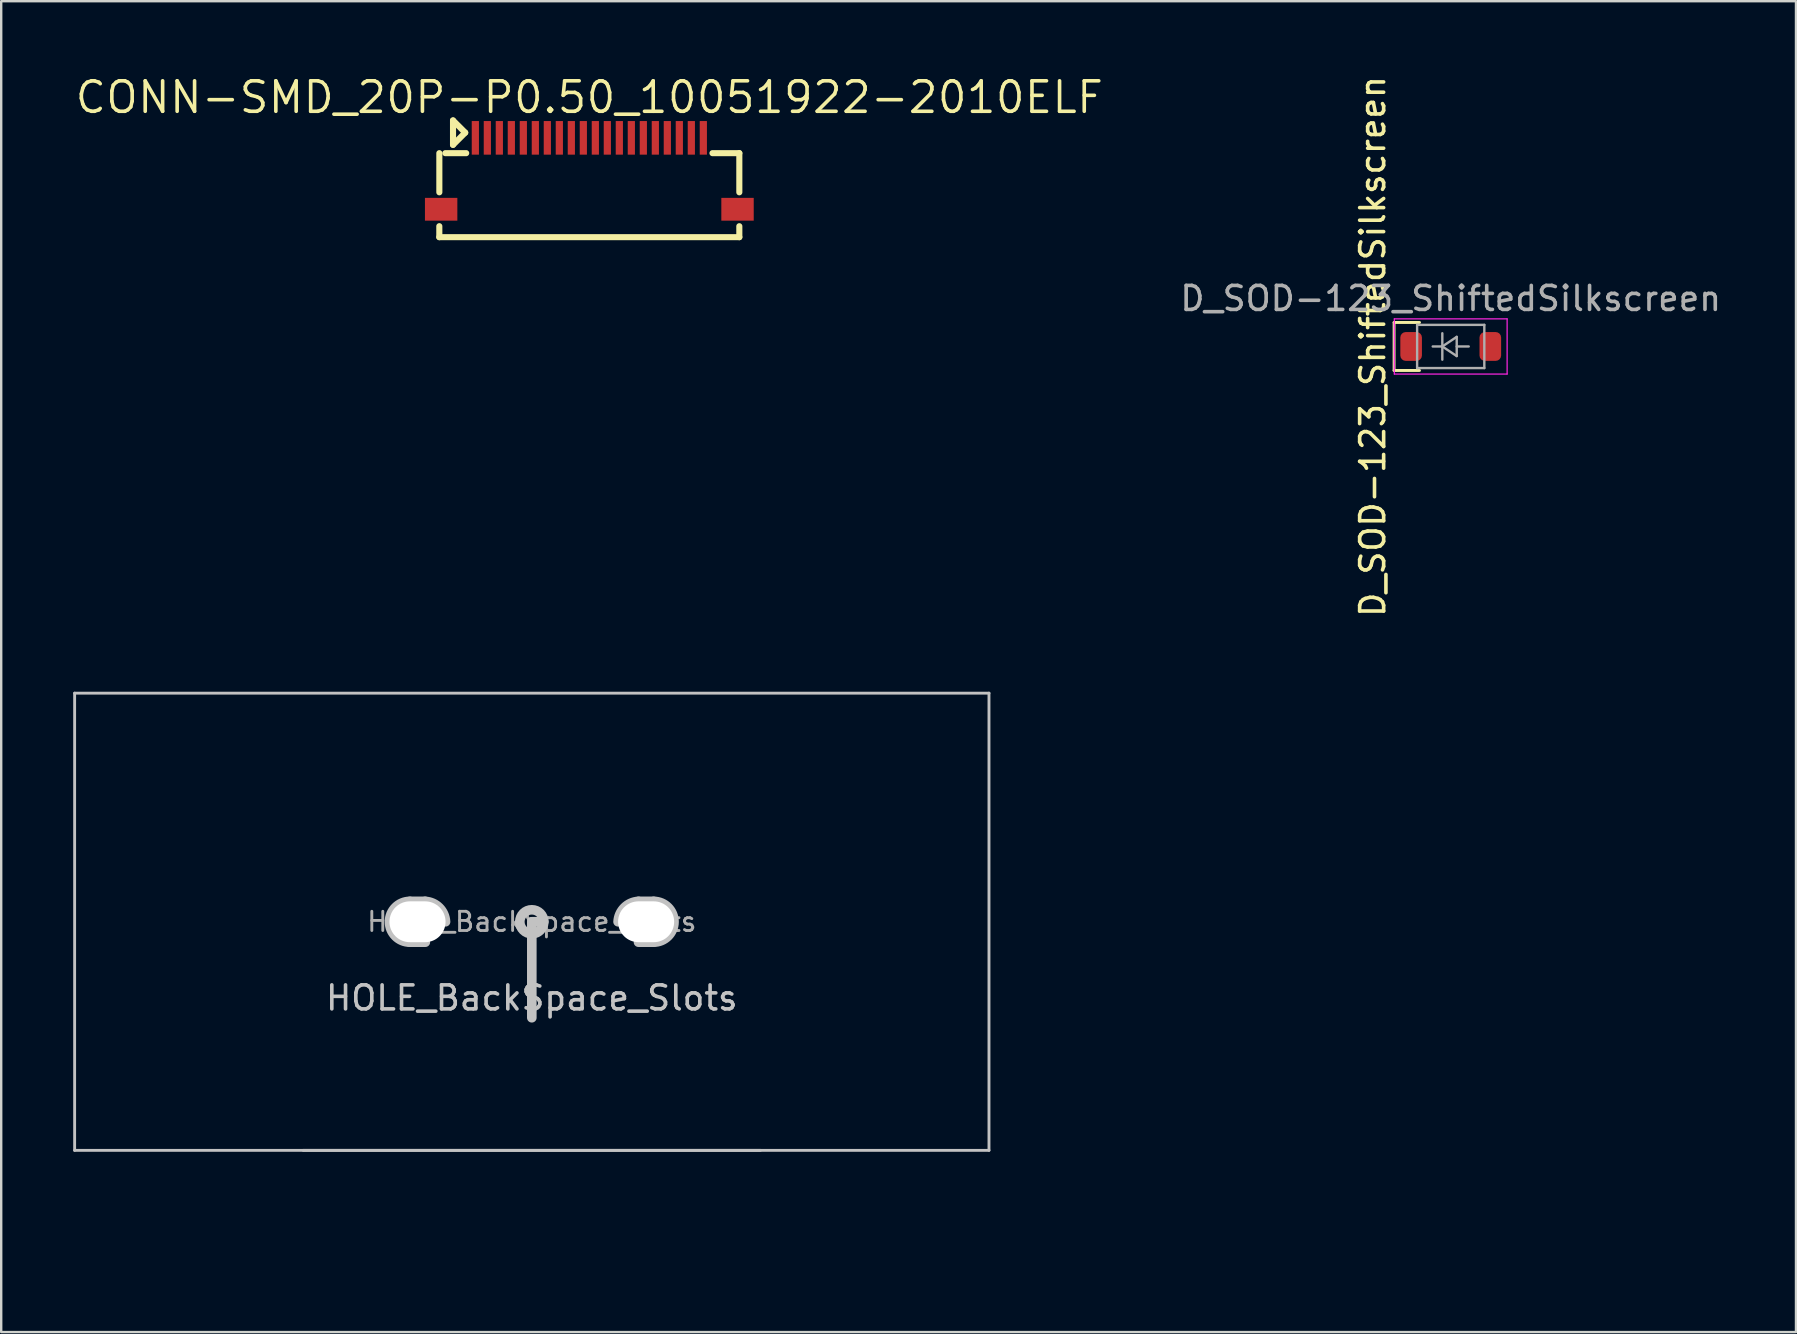
<source format=kicad_pcb>
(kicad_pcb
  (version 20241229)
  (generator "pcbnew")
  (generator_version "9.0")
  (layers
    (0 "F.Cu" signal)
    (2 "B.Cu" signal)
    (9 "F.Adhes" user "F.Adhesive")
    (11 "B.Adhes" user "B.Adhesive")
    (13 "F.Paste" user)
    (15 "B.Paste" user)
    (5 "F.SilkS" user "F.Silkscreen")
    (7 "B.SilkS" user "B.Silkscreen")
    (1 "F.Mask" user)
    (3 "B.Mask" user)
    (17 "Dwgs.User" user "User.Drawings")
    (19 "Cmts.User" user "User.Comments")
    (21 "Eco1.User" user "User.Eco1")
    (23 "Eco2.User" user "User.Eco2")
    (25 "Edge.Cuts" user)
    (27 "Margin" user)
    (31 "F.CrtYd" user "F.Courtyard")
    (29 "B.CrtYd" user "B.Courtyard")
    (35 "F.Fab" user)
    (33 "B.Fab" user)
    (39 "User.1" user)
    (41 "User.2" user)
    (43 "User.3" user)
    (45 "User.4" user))
  (footprint "CONN-SMD_20P-P0.50_10051922-2010ELF"
    (layer "F.Cu")
    (at 21.507 4.332)
    (property "Reference" "CONN-SMD_20P-P0.50_10051922-2010ELF" (at 0 -3.325 0) (unlocked yes) (layer "F.SilkS") (effects (font (size 1.27 1.27) (thickness 0.15))))
    (fp_line (start -6.251 2.5) (end -6.251 2.043) (stroke (width 0.254) (type default)) (layer "F.SilkS"))
    (fp_line (start -6.251 2.5) (end 6.25 2.5) (stroke (width 0.254) (type default)) (layer "F.SilkS"))
    (fp_line (start -6.25 0.631) (end -6.25 -1) (stroke (width 0.254) (type default)) (layer "F.SilkS"))
    (fp_line (start -6 -1) (end -5.131 -1) (stroke (width 0.254) (type default)) (layer "F.SilkS"))
    (fp_line (start -5.68 -2.364) (end -5.172 -1.855) (stroke (width 0.254) (type default)) (layer "F.SilkS"))
    (fp_line (start -5.68 -1.347) (end -5.68 -2.364) (stroke (width 0.254) (type default)) (layer "F.SilkS"))
    (fp_line (start -5.172 -1.855) (end -5.68 -1.347) (stroke (width 0.254) (type default)) (layer "F.SilkS"))
    (fp_line (start 5.131 -1) (end 6.25 -1) (stroke (width 0.254) (type default)) (layer "F.SilkS"))
    (fp_line (start 6.25 -1) (end 6.25 0.631) (stroke (width 0.254) (type default)) (layer "F.SilkS"))
    (fp_line (start 6.25 2.044) (end 6.25 2.5) (stroke (width 0.254) (type default)) (layer "F.SilkS"))
    (fp_circle (center -6.275 -1.525) (end -6.225 -1.525) (stroke (width 0.1) (type default)) (fill no) (layer "User.5"))
    (pad "1" smd rect (at -4.75 -1.638) (size 0.3 1.4) (layers "F.Cu" "F.Mask" "F.Paste"))
    (pad "2" smd rect (at -4.25 -1.638) (size 0.3 1.4) (layers "F.Cu" "F.Mask" "F.Paste"))
    (pad "3" smd rect (at -3.75 -1.638) (size 0.3 1.4) (layers "F.Cu" "F.Mask" "F.Paste"))
    (pad "4" smd rect (at -3.25 -1.638) (size 0.3 1.4) (layers "F.Cu" "F.Mask" "F.Paste"))
    (pad "5" smd rect (at -2.75 -1.638) (size 0.3 1.4) (layers "F.Cu" "F.Mask" "F.Paste"))
    (pad "6" smd rect (at -2.25 -1.638) (size 0.3 1.4) (layers "F.Cu" "F.Mask" "F.Paste"))
    (pad "7" smd rect (at -1.75 -1.638) (size 0.3 1.4) (layers "F.Cu" "F.Mask" "F.Paste"))
    (pad "8" smd rect (at -1.25 -1.638) (size 0.3 1.4) (layers "F.Cu" "F.Mask" "F.Paste"))
    (pad "9" smd rect (at -0.75 -1.638) (size 0.3 1.4) (layers "F.Cu" "F.Mask" "F.Paste"))
    (pad "10" smd rect (at -0.25 -1.638) (size 0.3 1.4) (layers "F.Cu" "F.Mask" "F.Paste"))
    (pad "11" smd rect (at 0.25 -1.638) (size 0.3 1.4) (layers "F.Cu" "F.Mask" "F.Paste"))
    (pad "12" smd rect (at 0.75 -1.638) (size 0.3 1.4) (layers "F.Cu" "F.Mask" "F.Paste"))
    (pad "13" smd rect (at 1.25 -1.638) (size 0.3 1.4) (layers "F.Cu" "F.Mask" "F.Paste"))
    (pad "14" smd rect (at 1.75 -1.638) (size 0.3 1.4) (layers "F.Cu" "F.Mask" "F.Paste"))
    (pad "15" smd rect (at 2.25 -1.638) (size 0.3 1.4) (layers "F.Cu" "F.Mask" "F.Paste"))
    (pad "16" smd rect (at 2.75 -1.638) (size 0.3 1.4) (layers "F.Cu" "F.Mask" "F.Paste"))
    (pad "17" smd rect (at 3.25 -1.638) (size 0.3 1.4) (layers "F.Cu" "F.Mask" "F.Paste"))
    (pad "18" smd rect (at 3.75 -1.638) (size 0.3 1.4) (layers "F.Cu" "F.Mask" "F.Paste"))
    (pad "19" smd rect (at 4.25 -1.638) (size 0.3 1.4) (layers "F.Cu" "F.Mask" "F.Paste"))
    (pad "20" smd rect (at 4.75 -1.638) (size 0.3 1.4) (layers "F.Cu" "F.Mask" "F.Paste"))
    (pad "MP" smd rect (at -6.175 1.338) (size 1.35 0.95) (layers "F.Cu" "F.Mask" "F.Paste"))
    (pad "MP" smd rect (at 6.175 1.338) (size 1.35 0.95) (layers "F.Cu" "F.Mask" "F.Paste"))
    (zone (net_name "") (layer "Dwgs.User") (hatch edge 0.5) (priority 100) (connect_pads yes) (min_thickness 0) (filled_areas_thickness no) (fill yes) (polygon (pts (xy 15.792 2.046) (xy 15.792 2.935) (xy 16.3 2.427))) (filled_polygon (layer "Dwgs.User") (island) (pts (xy 15.792 2.046) (xy 15.792 2.935) (xy 16.3 2.427))))
    (zone (net_name "") (layer "User.4") (hatch edge 0.5) (priority 100) (connect_pads yes) (min_thickness 0) (filled_areas_thickness no) (fill yes) (polygon (pts (xy 15.232 5.369) (xy 15.832 5.369) (xy 15.832 5.969) (xy 15.232 5.969))) (filled_polygon (layer "User.4") (island) (pts (xy 15.232 5.369) (xy 15.832 5.369) (xy 15.832 5.969) (xy 15.232 5.969))))
    (zone (net_name "") (layer "User.4") (hatch edge 0.5) (priority 100) (connect_pads yes) (min_thickness 0) (filled_areas_thickness no) (fill yes) (polygon (pts (xy 16.667 2.807) (xy 16.847 2.807) (xy 16.847 3.207) (xy 16.667 3.207))) (filled_polygon (layer "User.4") (island) (pts (xy 16.667 2.807) (xy 16.847 2.807) (xy 16.847 3.207) (xy 16.667 3.207))))
    (zone (net_name "") (layer "User.4") (hatch edge 0.5) (priority 100) (connect_pads yes) (min_thickness 0) (filled_areas_thickness no) (fill yes) (polygon (pts (xy 17.167 2.807) (xy 17.347 2.807) (xy 17.347 3.207) (xy 17.167 3.207))) (filled_polygon (layer "User.4") (island) (pts (xy 17.167 2.807) (xy 17.347 2.807) (xy 17.347 3.207) (xy 17.167 3.207))))
    (zone (net_name "") (layer "User.4") (hatch edge 0.5) (priority 100) (connect_pads yes) (min_thickness 0) (filled_areas_thickness no) (fill yes) (polygon (pts (xy 17.667 2.807) (xy 17.847 2.807) (xy 17.847 3.207) (xy 17.667 3.207))) (filled_polygon (layer "User.4") (island) (pts (xy 17.667 2.807) (xy 17.847 2.807) (xy 17.847 3.207) (xy 17.667 3.207))))
    (zone (net_name "") (layer "User.4") (hatch edge 0.5) (priority 100) (connect_pads yes) (min_thickness 0) (filled_areas_thickness no) (fill yes) (polygon (pts (xy 18.167 2.807) (xy 18.347 2.807) (xy 18.347 3.207) (xy 18.167 3.207))) (filled_polygon (layer "User.4") (island) (pts (xy 18.167 2.807) (xy 18.347 2.807) (xy 18.347 3.207) (xy 18.167 3.207))))
    (zone (net_name "") (layer "User.4") (hatch edge 0.5) (priority 100) (connect_pads yes) (min_thickness 0) (filled_areas_thickness no) (fill yes) (polygon (pts (xy 18.667 2.807) (xy 18.847 2.807) (xy 18.847 3.207) (xy 18.667 3.207))) (filled_polygon (layer "User.4") (island) (pts (xy 18.667 2.807) (xy 18.847 2.807) (xy 18.847 3.207) (xy 18.667 3.207))))
    (zone (net_name "") (layer "User.4") (hatch edge 0.5) (priority 100) (connect_pads yes) (min_thickness 0) (filled_areas_thickness no) (fill yes) (polygon (pts (xy 19.167 2.807) (xy 19.347 2.807) (xy 19.347 3.207) (xy 19.167 3.207))) (filled_polygon (layer "User.4") (island) (pts (xy 19.167 2.807) (xy 19.347 2.807) (xy 19.347 3.207) (xy 19.167 3.207))))
    (zone (net_name "") (layer "User.4") (hatch edge 0.5) (priority 100) (connect_pads yes) (min_thickness 0) (filled_areas_thickness no) (fill yes) (polygon (pts (xy 19.667 2.807) (xy 19.847 2.807) (xy 19.847 3.207) (xy 19.667 3.207))) (filled_polygon (layer "User.4") (island) (pts (xy 19.667 2.807) (xy 19.847 2.807) (xy 19.847 3.207) (xy 19.667 3.207))))
    (zone (net_name "") (layer "User.4") (hatch edge 0.5) (priority 100) (connect_pads yes) (min_thickness 0) (filled_areas_thickness no) (fill yes) (polygon (pts (xy 20.167 2.807) (xy 20.347 2.807) (xy 20.347 3.207) (xy 20.167 3.207))) (filled_polygon (layer "User.4") (island) (pts (xy 20.167 2.807) (xy 20.347 2.807) (xy 20.347 3.207) (xy 20.167 3.207))))
    (zone (net_name "") (layer "User.4") (hatch edge 0.5) (priority 100) (connect_pads yes) (min_thickness 0) (filled_areas_thickness no) (fill yes) (polygon (pts (xy 20.667 2.807) (xy 20.847 2.807) (xy 20.847 3.207) (xy 20.667 3.207))) (filled_polygon (layer "User.4") (island) (pts (xy 20.667 2.807) (xy 20.847 2.807) (xy 20.847 3.207) (xy 20.667 3.207))))
    (zone (net_name "") (layer "User.4") (hatch edge 0.5) (priority 100) (connect_pads yes) (min_thickness 0) (filled_areas_thickness no) (fill yes) (polygon (pts (xy 21.167 2.807) (xy 21.347 2.807) (xy 21.347 3.207) (xy 21.167 3.207))) (filled_polygon (layer "User.4") (island) (pts (xy 21.167 2.807) (xy 21.347 2.807) (xy 21.347 3.207) (xy 21.167 3.207))))
    (zone (net_name "") (layer "User.4") (hatch edge 0.5) (priority 100) (connect_pads yes) (min_thickness 0) (filled_areas_thickness no) (fill yes) (polygon (pts (xy 21.667 2.807) (xy 21.847 2.807) (xy 21.847 3.207) (xy 21.667 3.207))) (filled_polygon (layer "User.4") (island) (pts (xy 21.667 2.807) (xy 21.847 2.807) (xy 21.847 3.207) (xy 21.667 3.207))))
    (zone (net_name "") (layer "User.4") (hatch edge 0.5) (priority 100) (connect_pads yes) (min_thickness 0) (filled_areas_thickness no) (fill yes) (polygon (pts (xy 22.167 2.807) (xy 22.347 2.807) (xy 22.347 3.207) (xy 22.167 3.207))) (filled_polygon (layer "User.4") (island) (pts (xy 22.167 2.807) (xy 22.347 2.807) (xy 22.347 3.207) (xy 22.167 3.207))))
    (zone (net_name "") (layer "User.4") (hatch edge 0.5) (priority 100) (connect_pads yes) (min_thickness 0) (filled_areas_thickness no) (fill yes) (polygon (pts (xy 22.667 2.807) (xy 22.847 2.807) (xy 22.847 3.207) (xy 22.667 3.207))) (filled_polygon (layer "User.4") (island) (pts (xy 22.667 2.807) (xy 22.847 2.807) (xy 22.847 3.207) (xy 22.667 3.207))))
    (zone (net_name "") (layer "User.4") (hatch edge 0.5) (priority 100) (connect_pads yes) (min_thickness 0) (filled_areas_thickness no) (fill yes) (polygon (pts (xy 23.167 2.807) (xy 23.347 2.807) (xy 23.347 3.207) (xy 23.167 3.207))) (filled_polygon (layer "User.4") (island) (pts (xy 23.167 2.807) (xy 23.347 2.807) (xy 23.347 3.207) (xy 23.167 3.207))))
    (zone (net_name "") (layer "User.4") (hatch edge 0.5) (priority 100) (connect_pads yes) (min_thickness 0) (filled_areas_thickness no) (fill yes) (polygon (pts (xy 23.667 2.807) (xy 23.847 2.807) (xy 23.847 3.207) (xy 23.667 3.207))) (filled_polygon (layer "User.4") (island) (pts (xy 23.667 2.807) (xy 23.847 2.807) (xy 23.847 3.207) (xy 23.667 3.207))))
    (zone (net_name "") (layer "User.4") (hatch edge 0.5) (priority 100) (connect_pads yes) (min_thickness 0) (filled_areas_thickness no) (fill yes) (polygon (pts (xy 24.167 2.807) (xy 24.347 2.807) (xy 24.347 3.207) (xy 24.167 3.207))) (filled_polygon (layer "User.4") (island) (pts (xy 24.167 2.807) (xy 24.347 2.807) (xy 24.347 3.207) (xy 24.167 3.207))))
    (zone (net_name "") (layer "User.4") (hatch edge 0.5) (priority 100) (connect_pads yes) (min_thickness 0) (filled_areas_thickness no) (fill yes) (polygon (pts (xy 24.667 2.807) (xy 24.847 2.807) (xy 24.847 3.207) (xy 24.667 3.207))) (filled_polygon (layer "User.4") (island) (pts (xy 24.667 2.807) (xy 24.847 2.807) (xy 24.847 3.207) (xy 24.667 3.207))))
    (zone (net_name "") (layer "User.4") (hatch edge 0.5) (priority 100) (connect_pads yes) (min_thickness 0) (filled_areas_thickness no) (fill yes) (polygon (pts (xy 25.167 2.807) (xy 25.347 2.807) (xy 25.347 3.207) (xy 25.167 3.207))) (filled_polygon (layer "User.4") (island) (pts (xy 25.167 2.807) (xy 25.347 2.807) (xy 25.347 3.207) (xy 25.167 3.207))))
    (zone (net_name "") (layer "User.4") (hatch edge 0.5) (priority 100) (connect_pads yes) (min_thickness 0) (filled_areas_thickness no) (fill yes) (polygon (pts (xy 25.667 2.807) (xy 25.847 2.807) (xy 25.847 3.207) (xy 25.667 3.207))) (filled_polygon (layer "User.4") (island) (pts (xy 25.667 2.807) (xy 25.847 2.807) (xy 25.847 3.207) (xy 25.667 3.207))))
    (zone (net_name "") (layer "User.4") (hatch edge 0.5) (priority 100) (connect_pads yes) (min_thickness 0) (filled_areas_thickness no) (fill yes) (polygon (pts (xy 26.167 2.807) (xy 26.347 2.807) (xy 26.347 3.207) (xy 26.167 3.207))) (filled_polygon (layer "User.4") (island) (pts (xy 26.167 2.807) (xy 26.347 2.807) (xy 26.347 3.207) (xy 26.167 3.207))))
    (zone (net_name "") (layer "User.4") (hatch edge 0.5) (priority 100) (connect_pads yes) (min_thickness 0) (filled_areas_thickness no) (fill yes) (polygon (pts (xy 27.182 5.369) (xy 27.782 5.369) (xy 27.782 5.969) (xy 27.182 5.969))) (filled_polygon (layer "User.4") (island) (pts (xy 27.182 5.369) (xy 27.782 5.369) (xy 27.782 5.969) (xy 27.182 5.969)))))
  (footprint "HOLE_BackSpace_Slots"
    (layer "F.Cu")
    (at 19.11 35.359)
    (property "Reference" "HOLE_BackSpace_Slots" (at 0 3.175 0) (layer "Dwgs.User") (effects (font (size 1 1) (thickness 0.15))))
    (attr through_hole exclude_from_pos_files exclude_from_bom)
    (fp_line (start -19.05 -9.525) (end -19.05 9.525) (stroke (width 0.12) (type default)) (layer "Dwgs.User"))
    (fp_line (start -9.525 9.525) (end 9.525 9.525) (stroke (width 0.12) (type solid)) (layer "Dwgs.User"))
    (fp_line (start -5.08 0.851) (end -4.437 0.851) (stroke (width 0.4) (type default)) (layer "Dwgs.User"))
    (fp_line (start -5.08 -0.851) (end -4.445 -0.851) (stroke (width 0.4) (type default)) (layer "Dwgs.User"))
    (fp_line (start -5.08 0) (end -3.594 0) (stroke (width 0.13) (type default)) (layer "Dwgs.User"))
    (fp_line (start -3.594 0) (end -4.263 0) (stroke (width 0.13) (type default)) (layer "Dwgs.User"))
    (fp_line (start 0 0) (end 0 4) (stroke (width 0.4) (type default)) (layer "Dwgs.User"))
    (fp_line (start 0.5 0) (end 0 0) (stroke (width 0.4) (type default)) (layer "Dwgs.User"))
    (fp_line (start 5.072 0.851) (end 4.445 0.851) (stroke (width 0.4) (type default)) (layer "Dwgs.User"))
    (fp_line (start 5.08 -0.851) (end 4.445 -0.851) (stroke (width 0.4) (type default)) (layer "Dwgs.User"))
    (fp_line (start 5.08 0) (end 3.594 0) (stroke (width 0.13) (type default)) (layer "Dwgs.User"))
    (fp_line (start 19.05 -9.525) (end -19.05 -9.525) (stroke (width 0.12) (type default)) (layer "Dwgs.User"))
    (fp_line (start 19.05 -9.525) (end 19.05 9.525) (stroke (width 0.12) (type default)) (layer "Dwgs.User"))
    (fp_line (start 19.05 9.525) (end -19.05 9.525) (stroke (width 0.12) (type default)) (layer "Dwgs.User"))
    (fp_arc (start -5.080028 0.8509) (mid -5.930907 0.000007) (end -5.08 -0.8509) (stroke (width 0.4) (type default)) (layer "Dwgs.User"))
    (fp_arc (start -4.445028 -0.8509) (mid -3.855077 -0.589945) (end -3.594108 0) (stroke (width 0.4) (type default)) (layer "Dwgs.User"))
    (fp_arc (start 3.594094 0) (mid 3.855054 -0.589959) (end 4.445 -0.8509) (stroke (width 0.4) (type default)) (layer "Dwgs.User"))
    (fp_arc (start 5.079972 -0.8509) (mid 5.930883 0.004248) (end 5.071518 0.8509) (stroke (width 0.4) (type default)) (layer "Dwgs.User"))
    (fp_circle (center -4.763 0) (end -4.263 0) (stroke (width 0.4) (type default)) (fill no) (layer "Dwgs.User"))
    (fp_circle (center 0 0) (end 0.5 0) (stroke (width 0.4) (type default)) (fill no) (layer "Dwgs.User"))
    (fp_circle (center 4.763 0) (end 5.263 0) (stroke (width 0.4) (type default)) (fill no) (layer "Dwgs.User"))
    (fp_text user "" (at 0 12.954 0) (unlocked yes) (layer "Dwgs.User") (effects (font (size 3.048 2.743) (thickness 0.381)) (justify top)))
    (fp_text user "${REFERENCE}" (at 0 0 0) (layer "F.Fab") (effects (font (size 0.8 0.8) (thickness 0.12))))
    (pad "" np_thru_hole oval (at -4.763 0) (size 2.337 1.702) (drill oval 2.337 1.702) (layers "*.Cu" "*.Mask"))
    (pad "" np_thru_hole oval (at 4.763 0) (size 2.337 1.702) (drill oval 2.337 1.702) (layers "*.Cu" "*.Mask")))
  (footprint "D_SOD-123_ShiftedSilkscreen"
    (layer "F.Cu")
    (at 57.4 11.387)
    (property "Reference" "D_SOD-123_ShiftedSilkscreen" (at -3.25 0 90) (layer "F.SilkS") (effects (font (size 1 1) (thickness 0.15))))
    (attr smd)
    (fp_line (start -2.36 -1) (end -2.36 1) (stroke (width 0.12) (type solid)) (layer "F.SilkS"))
    (fp_line (start -2.36 -1) (end -1.3 -1) (stroke (width 0.12) (type solid)) (layer "F.SilkS"))
    (fp_line (start -2.36 1) (end -1.3 1) (stroke (width 0.12) (type solid)) (layer "F.SilkS"))
    (fp_line (start -2.35 -1.15) (end -2.35 1.15) (stroke (width 0.05) (type solid)) (layer "F.CrtYd"))
    (fp_line (start -2.35 -1.15) (end 2.35 -1.15) (stroke (width 0.05) (type solid)) (layer "F.CrtYd"))
    (fp_line (start 2.35 -1.15) (end 2.35 1.15) (stroke (width 0.05) (type solid)) (layer "F.CrtYd"))
    (fp_line (start 2.35 1.15) (end -2.35 1.15) (stroke (width 0.05) (type solid)) (layer "F.CrtYd"))
    (fp_line (start -1.4 -0.9) (end 1.4 -0.9) (stroke (width 0.1) (type solid)) (layer "F.Fab"))
    (fp_line (start -1.4 0.9) (end -1.4 -0.9) (stroke (width 0.1) (type solid)) (layer "F.Fab"))
    (fp_line (start -0.75 0) (end -0.35 0) (stroke (width 0.1) (type solid)) (layer "F.Fab"))
    (fp_line (start -0.35 0) (end -0.35 -0.55) (stroke (width 0.1) (type solid)) (layer "F.Fab"))
    (fp_line (start -0.35 0) (end -0.35 0.55) (stroke (width 0.1) (type solid)) (layer "F.Fab"))
    (fp_line (start -0.35 0) (end 0.25 -0.4) (stroke (width 0.1) (type solid)) (layer "F.Fab"))
    (fp_line (start 0.25 -0.4) (end 0.25 0.4) (stroke (width 0.1) (type solid)) (layer "F.Fab"))
    (fp_line (start 0.25 0) (end 0.75 0) (stroke (width 0.1) (type solid)) (layer "F.Fab"))
    (fp_line (start 0.25 0.4) (end -0.35 0) (stroke (width 0.1) (type solid)) (layer "F.Fab"))
    (fp_line (start 1.4 -0.9) (end 1.4 0.9) (stroke (width 0.1) (type solid)) (layer "F.Fab"))
    (fp_line (start 1.4 0.9) (end -1.4 0.9) (stroke (width 0.1) (type solid)) (layer "F.Fab"))
    (fp_text user "${REFERENCE}" (at 0 -2 0) (layer "F.Fab") (effects (font (size 1 1) (thickness 0.15))))
    (pad "1" smd roundrect (at -1.65 0) (size 0.9 1.2) (layers "F.Cu" "F.Mask" "F.Paste") (roundrect_rratio 0.25))
    (pad "2" smd roundrect (at 1.65 0) (size 0.9 1.2) (layers "F.Cu" "F.Mask" "F.Paste") (roundrect_rratio 0.25)))
  (gr_rect
    (start -3 -3)
    (end 71.787 52.456)
    (stroke (width 0.1) (type default))
    (fill no)
    (layer "Edge.Cuts")))
</source>
